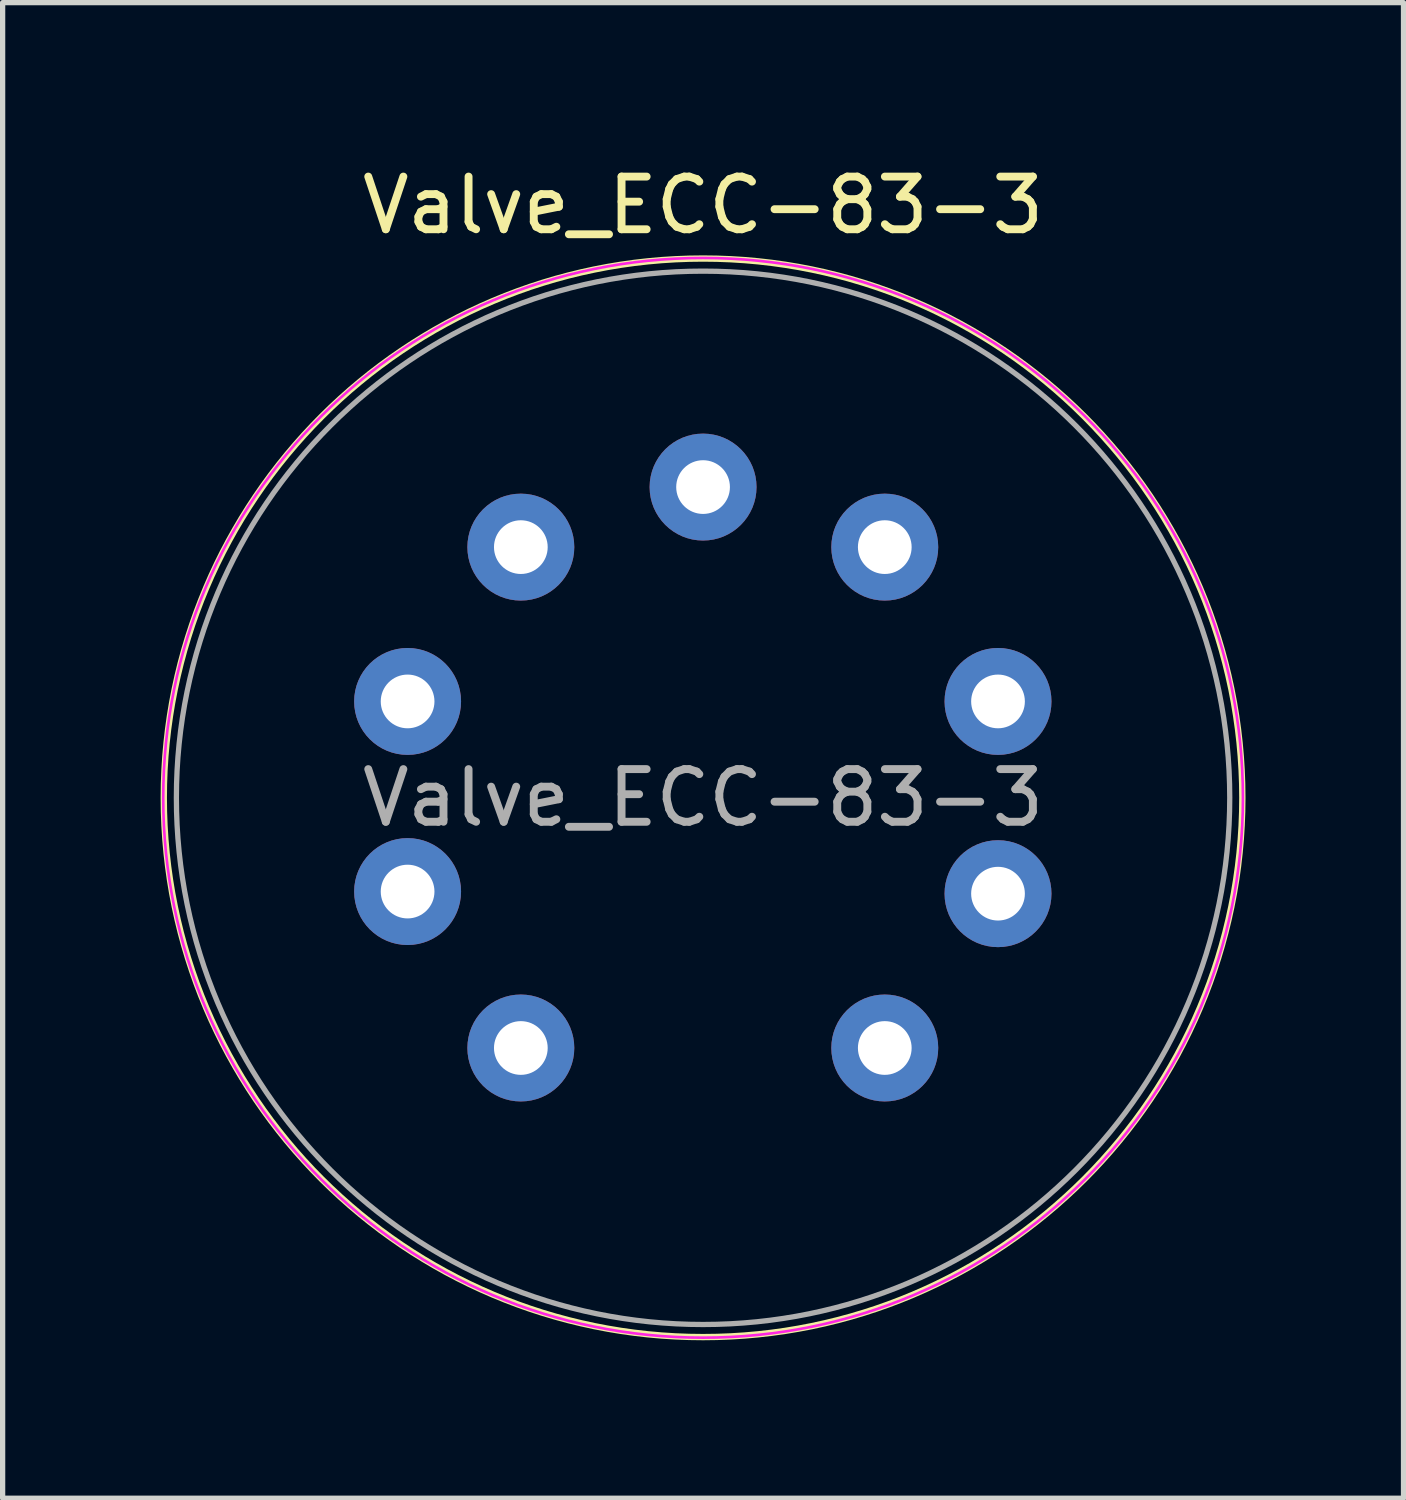
<source format=kicad_pcb>
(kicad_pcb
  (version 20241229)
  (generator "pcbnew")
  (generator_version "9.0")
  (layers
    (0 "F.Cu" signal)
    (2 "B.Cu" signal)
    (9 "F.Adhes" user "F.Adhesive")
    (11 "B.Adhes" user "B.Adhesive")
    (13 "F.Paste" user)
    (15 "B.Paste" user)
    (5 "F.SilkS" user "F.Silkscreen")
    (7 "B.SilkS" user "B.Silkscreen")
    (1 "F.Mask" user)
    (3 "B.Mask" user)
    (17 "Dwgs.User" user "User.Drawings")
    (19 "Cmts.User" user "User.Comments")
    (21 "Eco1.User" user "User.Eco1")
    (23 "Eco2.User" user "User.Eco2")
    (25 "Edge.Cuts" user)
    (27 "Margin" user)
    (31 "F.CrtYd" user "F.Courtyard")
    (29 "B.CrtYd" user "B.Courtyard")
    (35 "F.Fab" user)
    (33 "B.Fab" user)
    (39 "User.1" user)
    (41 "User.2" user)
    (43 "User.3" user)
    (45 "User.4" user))
  (footprint "Valve_ECC-83-3"
    (layer "F.Cu")
    (at 13.749 16.848)
    (property "Reference" "Valve_ECC-83-3" (at -3.45 -16 0) (layer "F.SilkS") (effects (font (size 1 1) (thickness 0.15))))
    (attr through_hole)
    (fp_circle (center -3.45 -4.75) (end 6.71 -3.48) (stroke (width 0.12) (type solid)) (fill no) (layer "F.SilkS"))
    (fp_circle (center -3.45 -4.75) (end -3.45 -15) (stroke (width 0.05) (type solid)) (fill no) (layer "F.CrtYd"))
    (fp_circle (center -3.45 -4.75) (end -3.45 -14.75) (stroke (width 0.1) (type solid)) (fill no) (layer "F.Fab"))
    (fp_text user "${REFERENCE}" (at -3.45 -4.75 0) (layer "F.Fab") (effects (font (size 1 1) (thickness 0.15))))
    (pad "1" thru_hole circle (at 0 0) (size 2.03 2.03) (drill 1.02) (layers "*.Cu" "*.Mask"))
    (pad "2" thru_hole circle (at 2.15 -2.93) (size 2.03 2.03) (drill 1.02) (layers "*.Cu" "*.Mask"))
    (pad "3" thru_hole circle (at 2.15 -6.58) (size 2.03 2.03) (drill 1.02) (layers "*.Cu" "*.Mask"))
    (pad "4" thru_hole circle (at 0 -9.51) (size 2.03 2.03) (drill 1.02) (layers "*.Cu" "*.Mask"))
    (pad "5" thru_hole circle (at -3.45 -10.65) (size 2.03 2.03) (drill 1.02) (layers "*.Cu" "*.Mask"))
    (pad "6" thru_hole circle (at -6.91 -9.51) (size 2.03 2.03) (drill 1.02) (layers "*.Cu" "*.Mask"))
    (pad "7" thru_hole circle (at -9.06 -6.58) (size 2.03 2.03) (drill 1.02) (layers "*.Cu" "*.Mask"))
    (pad "8" thru_hole circle (at -9.06 -2.97) (size 2.03 2.03) (drill 1.02) (layers "*.Cu" "*.Mask"))
    (pad "9" thru_hole circle (at -6.91 0) (size 2.03 2.03) (drill 1.02) (layers "*.Cu" "*.Mask")))
  (gr_rect
    (start -3 -3)
    (end 23.598 25.397)
    (stroke (width 0.1) (type default))
    (fill no)
    (layer "Edge.Cuts")))
</source>
